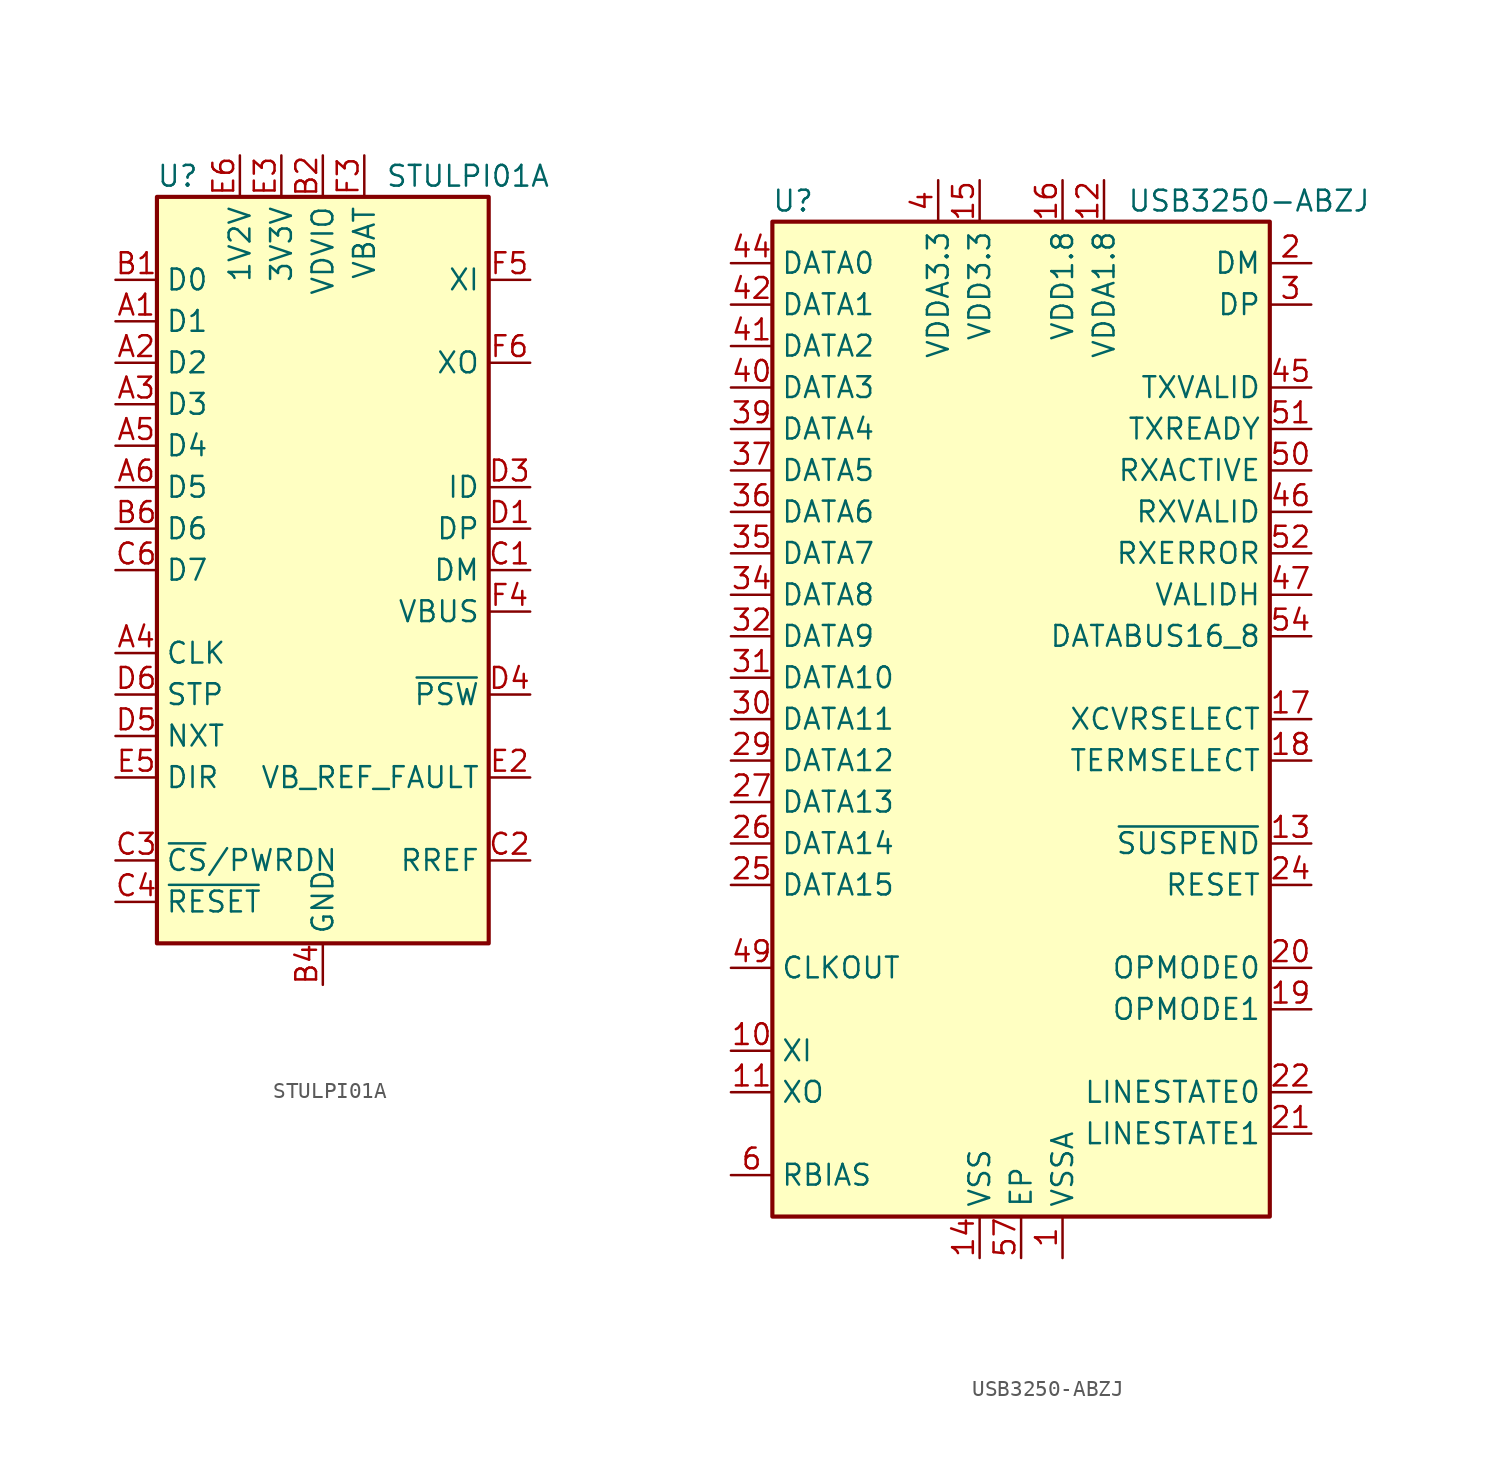
<source format=kicad_sym>
(kicad_symbol_lib
  (version 20201005)
  (generator kicad_symbol_editor)
  (symbol "STULPI01A"
    (property "Reference" "U"
      (at -8.89 24.13 0)
      (effects (font (size 1.27 1.27))))
    (property "Value" "STULPI01A"
      (at 8.89 24.13 0)
      (effects (font (size 1.27 1.27))))
    (symbol "STULPI01A_0_1"
      (rectangle (start 10.16 -22.86) (end -10.16 22.86) (stroke (width 0.254)) (fill (type background))))
    (symbol "STULPI01A_1_1"
      (pin bidirectional line (at -12.7 15.24 0) (length 2.54) (name "D1" (effects (font (size 1.27 1.27)))) (number "A1" (effects (font (size 1.27 1.27)))))
      (pin bidirectional line (at -12.7 12.7 0) (length 2.54) (name "D2" (effects (font (size 1.27 1.27)))) (number "A2" (effects (font (size 1.27 1.27)))))
      (pin bidirectional line (at -12.7 10.16 0) (length 2.54) (name "D3" (effects (font (size 1.27 1.27)))) (number "A3" (effects (font (size 1.27 1.27)))))
      (pin output line (at -12.7 -5.08 0) (length 2.54) (name "CLK" (effects (font (size 1.27 1.27)))) (number "A4" (effects (font (size 1.27 1.27)))))
      (pin bidirectional line (at -12.7 7.62 0) (length 2.54) (name "D4" (effects (font (size 1.27 1.27)))) (number "A5" (effects (font (size 1.27 1.27)))))
      (pin bidirectional line (at -12.7 5.08 0) (length 2.54) (name "D5" (effects (font (size 1.27 1.27)))) (number "A6" (effects (font (size 1.27 1.27)))))
      (pin bidirectional line (at -12.7 17.78 0) (length 2.54) (name "D0" (effects (font (size 1.27 1.27)))) (number "B1" (effects (font (size 1.27 1.27)))))
      (pin power_in line (at 0 25.4 270) (length 2.54) (name "VDVIO" (effects (font (size 1.27 1.27)))) (number "B2" (effects (font (size 1.27 1.27)))))
      (pin passive line (at 0 25.4 270) (length 2.54) hide (name "VDVIO" (effects (font (size 1.27 1.27)))) (number "B3" (effects (font (size 1.27 1.27)))))
      (pin power_in line (at 0 -25.4 90) (length 2.54) (name "GND" (effects (font (size 1.27 1.27)))) (number "B4" (effects (font (size 1.27 1.27)))))
      (pin passive line (at 0 25.4 270) (length 2.54) hide (name "VDVIO" (effects (font (size 1.27 1.27)))) (number "B5" (effects (font (size 1.27 1.27)))))
      (pin bidirectional line (at -12.7 2.54 0) (length 2.54) (name "D6" (effects (font (size 1.27 1.27)))) (number "B6" (effects (font (size 1.27 1.27)))))
      (pin bidirectional line (at 12.7 0 180) (length 2.54) (name "DM" (effects (font (size 1.27 1.27)))) (number "C1" (effects (font (size 1.27 1.27)))))
      (pin passive line (at 12.7 -17.78 180) (length 2.54) (name "RREF" (effects (font (size 1.27 1.27)))) (number "C2" (effects (font (size 1.27 1.27)))))
      (pin input line (at -12.7 -17.78 0) (length 2.54) (name "~CS~/PWRDN" (effects (font (size 1.27 1.27)))) (number "C3" (effects (font (size 1.27 1.27)))))
      (pin input line (at -12.7 -20.32 0) (length 2.54) (name "~RESET" (effects (font (size 1.27 1.27)))) (number "C4" (effects (font (size 1.27 1.27)))))
      (pin passive line (at 0 -25.4 90) (length 2.54) hide (name "GND" (effects (font (size 1.27 1.27)))) (number "C5" (effects (font (size 1.27 1.27)))))
      (pin bidirectional line (at -12.7 0 0) (length 2.54) (name "D7" (effects (font (size 1.27 1.27)))) (number "C6" (effects (font (size 1.27 1.27)))))
      (pin bidirectional line (at 12.7 2.54 180) (length 2.54) (name "DP" (effects (font (size 1.27 1.27)))) (number "D1" (effects (font (size 1.27 1.27)))))
      (pin passive line (at 0 -25.4 90) (length 2.54) hide (name "GND" (effects (font (size 1.27 1.27)))) (number "D2" (effects (font (size 1.27 1.27)))))
      (pin input line (at 12.7 5.08 180) (length 2.54) (name "ID" (effects (font (size 1.27 1.27)))) (number "D3" (effects (font (size 1.27 1.27)))))
      (pin output line (at 12.7 -7.62 180) (length 2.54) (name "~PSW" (effects (font (size 1.27 1.27)))) (number "D4" (effects (font (size 1.27 1.27)))))
      (pin output line (at -12.7 -10.16 0) (length 2.54) (name "NXT" (effects (font (size 1.27 1.27)))) (number "D5" (effects (font (size 1.27 1.27)))))
      (pin input line (at -12.7 -7.62 0) (length 2.54) (name "STP" (effects (font (size 1.27 1.27)))) (number "D6" (effects (font (size 1.27 1.27)))))
      (pin passive line (at 0 -25.4 90) (length 2.54) hide (name "GND" (effects (font (size 1.27 1.27)))) (number "E1" (effects (font (size 1.27 1.27)))))
      (pin input line (at 12.7 -12.7 180) (length 2.54) (name "VB_REF_FAULT" (effects (font (size 1.27 1.27)))) (number "E2" (effects (font (size 1.27 1.27)))))
      (pin passive line (at -2.54 25.4 270) (length 2.54) (name "3V3V" (effects (font (size 1.27 1.27)))) (number "E3" (effects (font (size 1.27 1.27)))))
      (pin passive line (at 0 -25.4 90) (length 2.54) hide (name "GND" (effects (font (size 1.27 1.27)))) (number "E4" (effects (font (size 1.27 1.27)))))
      (pin output line (at -12.7 -12.7 0) (length 2.54) (name "DIR" (effects (font (size 1.27 1.27)))) (number "E5" (effects (font (size 1.27 1.27)))))
      (pin passive line (at -5.08 25.4 270) (length 2.54) (name "1V2V" (effects (font (size 1.27 1.27)))) (number "E6" (effects (font (size 1.27 1.27)))))
      (pin no_connect line (at -10.16 -2.54 0) (length 2.54) hide (name "NC" (effects (font (size 1.27 1.27)))) (number "F1" (effects (font (size 1.27 1.27)))))
      (pin no_connect line (at -10.16 -15.24 0) (length 2.54) hide (name "NC" (effects (font (size 1.27 1.27)))) (number "F2" (effects (font (size 1.27 1.27)))))
      (pin power_in line (at 2.54 25.4 270) (length 2.54) (name "VBAT" (effects (font (size 1.27 1.27)))) (number "F3" (effects (font (size 1.27 1.27)))))
      (pin bidirectional line (at 12.7 -2.54 180) (length 2.54) (name "VBUS" (effects (font (size 1.27 1.27)))) (number "F4" (effects (font (size 1.27 1.27)))))
      (pin input line (at 12.7 17.78 180) (length 2.54) (name "XI" (effects (font (size 1.27 1.27)))) (number "F5" (effects (font (size 1.27 1.27)))))
      (pin output line (at 12.7 12.7 180) (length 2.54) (name "XO" (effects (font (size 1.27 1.27)))) (number "F6" (effects (font (size 1.27 1.27)))))))
  (symbol "USB3250-ABZJ"
    (property "Reference" "U"
      (at -13.97 31.75 0)
      (effects (font (size 1.27 1.27))))
    (property "Value" "USB3250-ABZJ"
      (at 13.97 31.75 0)
      (effects (font (size 1.27 1.27))))
    (symbol "USB3250-ABZJ_0_1"
      (rectangle (start 15.24 -30.48) (end -15.24 30.48) (stroke (width 0.254)) (fill (type background))))
    (symbol "USB3250-ABZJ_1_1"
      (pin power_in line (at 2.54 -33.02 90) (length 2.54) (name "VSSA" (effects (font (size 1.27 1.27)))) (number "1" (effects (font (size 1.27 1.27)))))
      (pin input line (at -17.78 -20.32 0) (length 2.54) (name "XI" (effects (font (size 1.27 1.27)))) (number "10" (effects (font (size 1.27 1.27)))))
      (pin output line (at -17.78 -22.86 0) (length 2.54) (name "XO" (effects (font (size 1.27 1.27)))) (number "11" (effects (font (size 1.27 1.27)))))
      (pin power_in line (at 5.08 33.02 270) (length 2.54) (name "VDDA1.8" (effects (font (size 1.27 1.27)))) (number "12" (effects (font (size 1.27 1.27)))))
      (pin input line (at 17.78 -7.62 180) (length 2.54) (name "~SUSPEND" (effects (font (size 1.27 1.27)))) (number "13" (effects (font (size 1.27 1.27)))))
      (pin power_in line (at -2.54 -33.02 90) (length 2.54) (name "VSS" (effects (font (size 1.27 1.27)))) (number "14" (effects (font (size 1.27 1.27)))))
      (pin power_in line (at -2.54 33.02 270) (length 2.54) (name "VDD3.3" (effects (font (size 1.27 1.27)))) (number "15" (effects (font (size 1.27 1.27)))))
      (pin power_in line (at 2.54 33.02 270) (length 2.54) (name "VDD1.8" (effects (font (size 1.27 1.27)))) (number "16" (effects (font (size 1.27 1.27)))))
      (pin input line (at 17.78 0 180) (length 2.54) (name "XCVRSELECT" (effects (font (size 1.27 1.27)))) (number "17" (effects (font (size 1.27 1.27)))))
      (pin input line (at 17.78 -2.54 180) (length 2.54) (name "TERMSELECT" (effects (font (size 1.27 1.27)))) (number "18" (effects (font (size 1.27 1.27)))))
      (pin input line (at 17.78 -17.78 180) (length 2.54) (name "OPMODE1" (effects (font (size 1.27 1.27)))) (number "19" (effects (font (size 1.27 1.27)))))
      (pin bidirectional line (at 17.78 27.94 180) (length 2.54) (name "DM" (effects (font (size 1.27 1.27)))) (number "2" (effects (font (size 1.27 1.27)))))
      (pin input line (at 17.78 -15.24 180) (length 2.54) (name "OPMODE0" (effects (font (size 1.27 1.27)))) (number "20" (effects (font (size 1.27 1.27)))))
      (pin output line (at 17.78 -25.4 180) (length 2.54) (name "LINESTATE1" (effects (font (size 1.27 1.27)))) (number "21" (effects (font (size 1.27 1.27)))))
      (pin output line (at 17.78 -22.86 180) (length 2.54) (name "LINESTATE0" (effects (font (size 1.27 1.27)))) (number "22" (effects (font (size 1.27 1.27)))))
      (pin passive line (at 2.54 33.02 270) (length 2.54) hide (name "VDD1.8" (effects (font (size 1.27 1.27)))) (number "23" (effects (font (size 1.27 1.27)))))
      (pin input line (at 17.78 -10.16 180) (length 2.54) (name "RESET" (effects (font (size 1.27 1.27)))) (number "24" (effects (font (size 1.27 1.27)))))
      (pin bidirectional line (at -17.78 -10.16 0) (length 2.54) (name "DATA15" (effects (font (size 1.27 1.27)))) (number "25" (effects (font (size 1.27 1.27)))))
      (pin bidirectional line (at -17.78 -7.62 0) (length 2.54) (name "DATA14" (effects (font (size 1.27 1.27)))) (number "26" (effects (font (size 1.27 1.27)))))
      (pin bidirectional line (at -17.78 -5.08 0) (length 2.54) (name "DATA13" (effects (font (size 1.27 1.27)))) (number "27" (effects (font (size 1.27 1.27)))))
      (pin passive line (at -2.54 33.02 270) (length 2.54) hide (name "VDD3.3" (effects (font (size 1.27 1.27)))) (number "28" (effects (font (size 1.27 1.27)))))
      (pin bidirectional line (at -17.78 -2.54 0) (length 2.54) (name "DATA12" (effects (font (size 1.27 1.27)))) (number "29" (effects (font (size 1.27 1.27)))))
      (pin bidirectional line (at 17.78 25.4 180) (length 2.54) (name "DP" (effects (font (size 1.27 1.27)))) (number "3" (effects (font (size 1.27 1.27)))))
      (pin bidirectional line (at -17.78 0 0) (length 2.54) (name "DATA11" (effects (font (size 1.27 1.27)))) (number "30" (effects (font (size 1.27 1.27)))))
      (pin bidirectional line (at -17.78 2.54 0) (length 2.54) (name "DATA10" (effects (font (size 1.27 1.27)))) (number "31" (effects (font (size 1.27 1.27)))))
      (pin bidirectional line (at -17.78 5.08 0) (length 2.54) (name "DATA9" (effects (font (size 1.27 1.27)))) (number "32" (effects (font (size 1.27 1.27)))))
      (pin passive line (at -2.54 -33.02 90) (length 2.54) hide (name "VSS" (effects (font (size 1.27 1.27)))) (number "33" (effects (font (size 1.27 1.27)))))
      (pin bidirectional line (at -17.78 7.62 0) (length 2.54) (name "DATA8" (effects (font (size 1.27 1.27)))) (number "34" (effects (font (size 1.27 1.27)))))
      (pin bidirectional line (at -17.78 10.16 0) (length 2.54) (name "DATA7" (effects (font (size 1.27 1.27)))) (number "35" (effects (font (size 1.27 1.27)))))
      (pin bidirectional line (at -17.78 12.7 0) (length 2.54) (name "DATA6" (effects (font (size 1.27 1.27)))) (number "36" (effects (font (size 1.27 1.27)))))
      (pin bidirectional line (at -17.78 15.24 0) (length 2.54) (name "DATA5" (effects (font (size 1.27 1.27)))) (number "37" (effects (font (size 1.27 1.27)))))
      (pin passive line (at 2.54 33.02 270) (length 2.54) hide (name "VDD1.8" (effects (font (size 1.27 1.27)))) (number "38" (effects (font (size 1.27 1.27)))))
      (pin bidirectional line (at -17.78 17.78 0) (length 2.54) (name "DATA4" (effects (font (size 1.27 1.27)))) (number "39" (effects (font (size 1.27 1.27)))))
      (pin power_in line (at -5.08 33.02 270) (length 2.54) (name "VDDA3.3" (effects (font (size 1.27 1.27)))) (number "4" (effects (font (size 1.27 1.27)))))
      (pin bidirectional line (at -17.78 20.32 0) (length 2.54) (name "DATA3" (effects (font (size 1.27 1.27)))) (number "40" (effects (font (size 1.27 1.27)))))
      (pin bidirectional line (at -17.78 22.86 0) (length 2.54) (name "DATA2" (effects (font (size 1.27 1.27)))) (number "41" (effects (font (size 1.27 1.27)))))
      (pin bidirectional line (at -17.78 25.4 0) (length 2.54) (name "DATA1" (effects (font (size 1.27 1.27)))) (number "42" (effects (font (size 1.27 1.27)))))
      (pin passive line (at -2.54 33.02 270) (length 2.54) hide (name "VDD3.3" (effects (font (size 1.27 1.27)))) (number "43" (effects (font (size 1.27 1.27)))))
      (pin bidirectional line (at -17.78 27.94 0) (length 2.54) (name "DATA0" (effects (font (size 1.27 1.27)))) (number "44" (effects (font (size 1.27 1.27)))))
      (pin input line (at 17.78 20.32 180) (length 2.54) (name "TXVALID" (effects (font (size 1.27 1.27)))) (number "45" (effects (font (size 1.27 1.27)))))
      (pin output line (at 17.78 12.7 180) (length 2.54) (name "RXVALID" (effects (font (size 1.27 1.27)))) (number "46" (effects (font (size 1.27 1.27)))))
      (pin bidirectional line (at 17.78 7.62 180) (length 2.54) (name "VALIDH" (effects (font (size 1.27 1.27)))) (number "47" (effects (font (size 1.27 1.27)))))
      (pin passive line (at -2.54 -33.02 90) (length 2.54) hide (name "VSS" (effects (font (size 1.27 1.27)))) (number "48" (effects (font (size 1.27 1.27)))))
      (pin output line (at -17.78 -15.24 0) (length 2.54) (name "CLKOUT" (effects (font (size 1.27 1.27)))) (number "49" (effects (font (size 1.27 1.27)))))
      (pin passive line (at 2.54 -33.02 90) (length 2.54) hide (name "VSSA" (effects (font (size 1.27 1.27)))) (number "5" (effects (font (size 1.27 1.27)))))
      (pin output line (at 17.78 15.24 180) (length 2.54) (name "RXACTIVE" (effects (font (size 1.27 1.27)))) (number "50" (effects (font (size 1.27 1.27)))))
      (pin output line (at 17.78 17.78 180) (length 2.54) (name "TXREADY" (effects (font (size 1.27 1.27)))) (number "51" (effects (font (size 1.27 1.27)))))
      (pin output line (at 17.78 10.16 180) (length 2.54) (name "RXERROR" (effects (font (size 1.27 1.27)))) (number "52" (effects (font (size 1.27 1.27)))))
      (pin passive line (at 2.54 33.02 270) (length 2.54) hide (name "VDD1.8" (effects (font (size 1.27 1.27)))) (number "53" (effects (font (size 1.27 1.27)))))
      (pin input line (at 17.78 5.08 180) (length 2.54) (name "DATABUS16_8" (effects (font (size 1.27 1.27)))) (number "54" (effects (font (size 1.27 1.27)))))
      (pin passive line (at -2.54 -33.02 90) (length 2.54) hide (name "VSS" (effects (font (size 1.27 1.27)))) (number "55" (effects (font (size 1.27 1.27)))))
      (pin passive line (at -2.54 -33.02 90) (length 2.54) hide (name "VSS" (effects (font (size 1.27 1.27)))) (number "56" (effects (font (size 1.27 1.27)))))
      (pin power_in line (at 0 -33.02 90) (length 2.54) (name "EP" (effects (font (size 1.27 1.27)))) (number "57" (effects (font (size 1.27 1.27)))))
      (pin passive line (at -17.78 -27.94 0) (length 2.54) (name "RBIAS" (effects (font (size 1.27 1.27)))) (number "6" (effects (font (size 1.27 1.27)))))
      (pin passive line (at -5.08 33.02 270) (length 2.54) hide (name "VDDA3.3" (effects (font (size 1.27 1.27)))) (number "7" (effects (font (size 1.27 1.27)))))
      (pin passive line (at 2.54 -33.02 90) (length 2.54) hide (name "VSSA" (effects (font (size 1.27 1.27)))) (number "8" (effects (font (size 1.27 1.27)))))
      (pin passive line (at 2.54 -33.02 90) (length 2.54) hide (name "VSSA" (effects (font (size 1.27 1.27)))) (number "9" (effects (font (size 1.27 1.27))))))))
</source>
